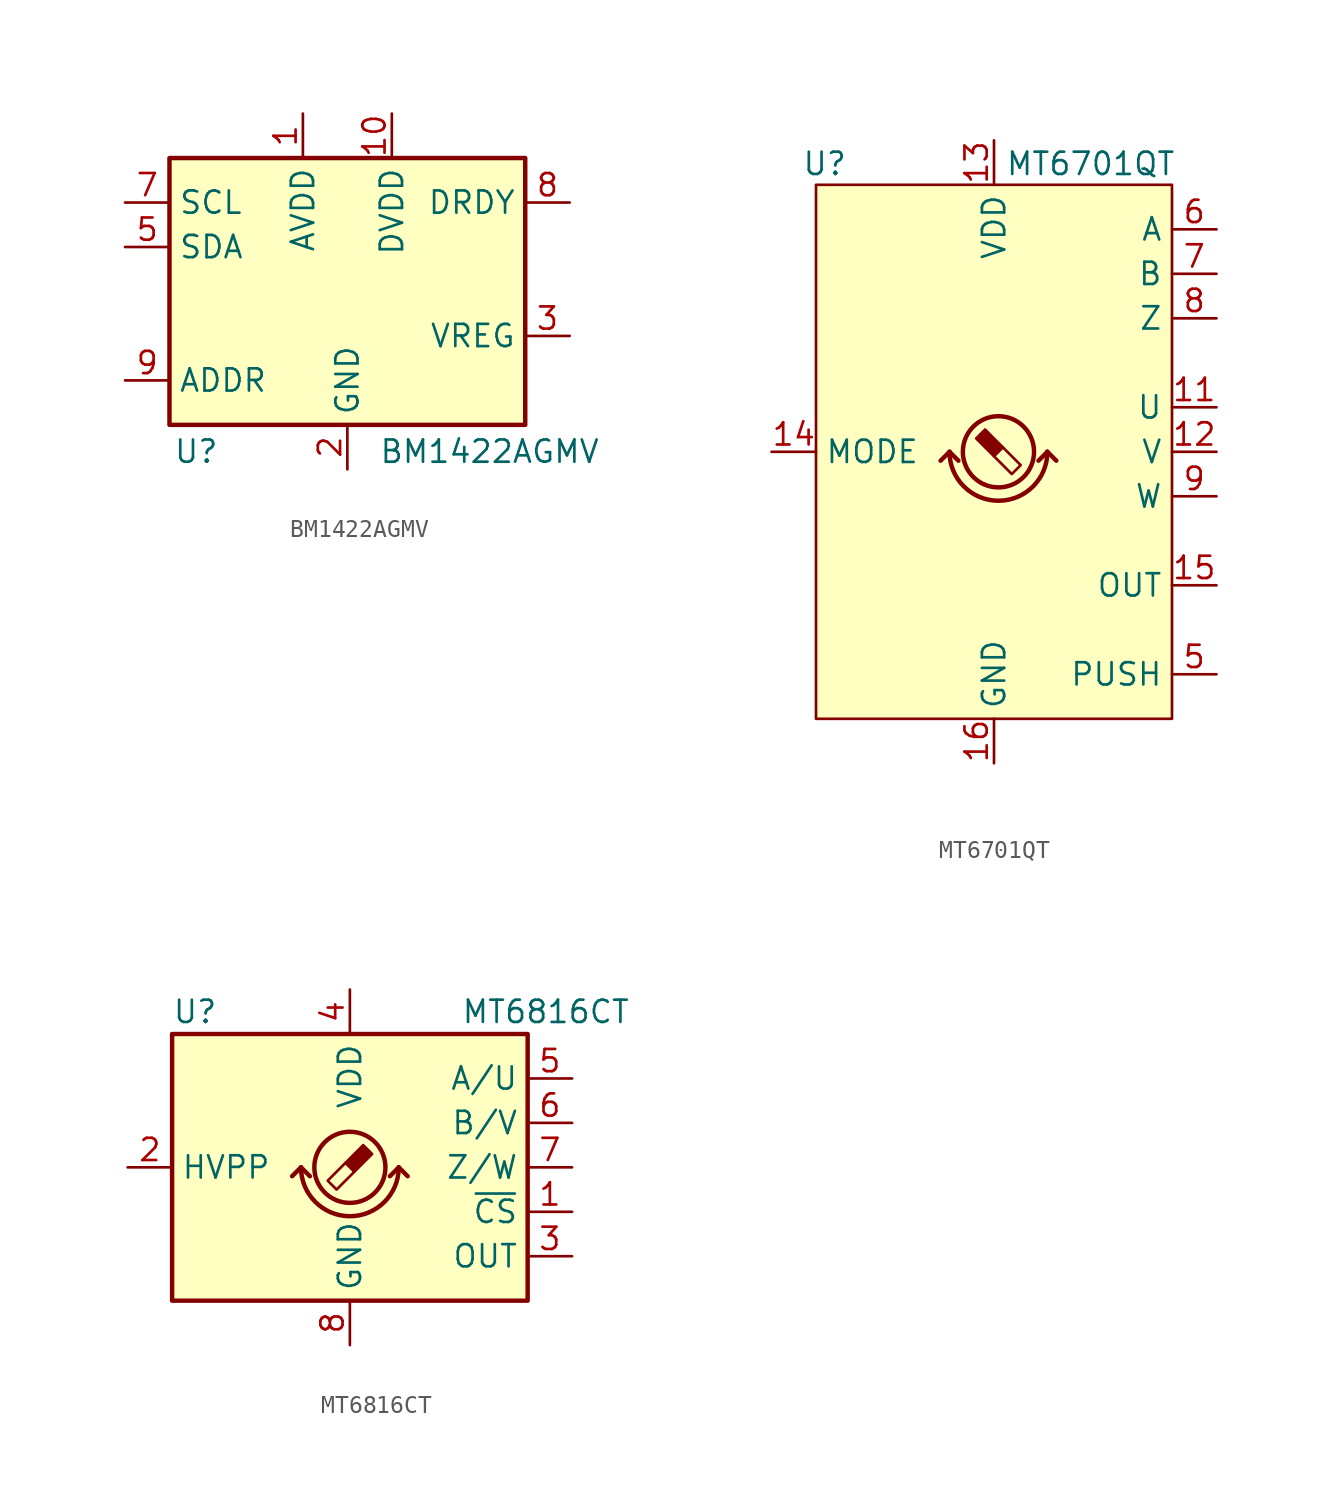
<source format=kicad_sym>
(kicad_symbol_lib
  (version 20231120)
  (generator "kicad_symbol_editor")
  (generator_version "8.0")
  (symbol "BM1422AGMV"
    (property "Reference" "U"
      (at -8.636 -9.144 0)
      (effects (font (size 1.27 1.27))))
    (property "Value" "BM1422AGMV"
      (at 8.128 -9.144 0)
      (effects (font (size 1.27 1.27))))
    (symbol "BM1422AGMV_0_1"
      (rectangle (start -10.16 7.62) (end 10.16 -7.62) (stroke (width 0.254) (type default)) (fill (type background))))
    (symbol "BM1422AGMV_1_1"
      (pin power_in line (at -2.54 10.16 270) (length 2.54) (name "AVDD" (effects (font (size 1.27 1.27)))) (number "1" (effects (font (size 1.27 1.27)))))
      (pin power_in line (at 2.54 10.16 270) (length 2.54) (name "DVDD" (effects (font (size 1.27 1.27)))) (number "10" (effects (font (size 1.27 1.27)))))
      (pin power_in line (at 0 -10.16 90) (length 2.54) (name "GND" (effects (font (size 1.27 1.27)))) (number "2" (effects (font (size 1.27 1.27)))))
      (pin passive line (at 12.7 -2.54 180) (length 2.54) (name "VREG" (effects (font (size 1.27 1.27)))) (number "3" (effects (font (size 1.27 1.27)))))
      (pin no_connect line (at 10.16 2.54 180) (length 2.54) hide (name "TEST1" (effects (font (size 1.27 1.27)))) (number "4" (effects (font (size 1.27 1.27)))))
      (pin bidirectional line (at -12.7 2.54 0) (length 2.54) (name "SDA" (effects (font (size 1.27 1.27)))) (number "5" (effects (font (size 1.27 1.27)))))
      (pin no_connect line (at 10.16 0 180) (length 2.54) hide (name "TEST2" (effects (font (size 1.27 1.27)))) (number "6" (effects (font (size 1.27 1.27)))))
      (pin input line (at -12.7 5.08 0) (length 2.54) (name "SCL" (effects (font (size 1.27 1.27)))) (number "7" (effects (font (size 1.27 1.27)))))
      (pin output line (at 12.7 5.08 180) (length 2.54) (name "DRDY" (effects (font (size 1.27 1.27)))) (number "8" (effects (font (size 1.27 1.27)))))
      (pin input line (at -12.7 -5.08 0) (length 2.54) (name "ADDR" (effects (font (size 1.27 1.27)))) (number "9" (effects (font (size 1.27 1.27)))))))
  (symbol "MT6701QT"
    (property "Reference" "U"
      (at -9.663 16.44 0)
      (effects (font (size 1.27 1.27))))
    (property "Value" "MT6701QT"
      (at 5.516 16.44 0)
      (effects (font (size 1.27 1.27))))
    (symbol "MT6701QT_0_1"
      (arc (start -2.54 0) (mid 0.254 -2.7819) (end 3.048 0) (stroke (width 0.254) (type default)) (fill (type none)))
      (polyline (pts (xy -2.54 0) (xy -3.048 -0.508)) (stroke (width 0.254) (type default)) (fill (type none)))
      (polyline (pts (xy -2.54 0) (xy -2.032 -0.508)) (stroke (width 0.254) (type default)) (fill (type none)))
      (polyline (pts (xy 3.048 0) (xy 2.54 -0.508)) (stroke (width 0.254) (type default)) (fill (type none)))
      (polyline (pts (xy 3.048 0) (xy 3.556 -0.508)) (stroke (width 0.254) (type default)) (fill (type none))))
    (symbol "MT6701QT_1_1"
      (rectangle (start -10.16 15.24) (end 10.16 -15.24) (stroke (width 0) (type default)) (fill (type background)))
      (polyline (pts (xy 0.508 0.254) (xy 1.524 -0.762) (xy 1.016 -1.27) (xy 0 -0.254)) (stroke (width 0) (type default)) (fill (type none)))
      (polyline (pts (xy -0.508 1.27) (xy 0.508 0.254) (xy 0 -0.254) (xy -1.016 0.762) (xy -0.762 1.016) (xy -0.508 1.27) (xy -0.381 1.143)) (stroke (width 0) (type default)) (fill (type outline)))
      (circle (center 0.254 0) (radius 2.032) (stroke (width 0.254) (type default)) (fill (type none)))
      (pin no_connect line (at -10.16 12.7 0) (length 2.54) hide (name "NC" (effects (font (size 1.27 1.27)))) (number "1" (effects (font (size 1.27 1.27)))))
      (pin no_connect line (at -10.16 2.54 0) (length 2.54) hide (name "NC" (effects (font (size 1.27 1.27)))) (number "10" (effects (font (size 1.27 1.27)))))
      (pin output line (at 12.7 2.54 180) (length 2.54) (name "U" (effects (font (size 1.27 1.27)))) (number "11" (effects (font (size 1.27 1.27)))) (alternate "-A" output line))
      (pin output line (at 12.7 0 180) (length 2.54) (name "V" (effects (font (size 1.27 1.27)))) (number "12" (effects (font (size 1.27 1.27)))) (alternate "-B" output line))
      (pin power_in line (at 0 17.78 270) (length 2.54) (name "VDD" (effects (font (size 1.27 1.27)))) (number "13" (effects (font (size 1.27 1.27)))))
      (pin input line (at -12.7 0 0) (length 2.54) (name "MODE" (effects (font (size 1.27 1.27)))) (number "14" (effects (font (size 1.27 1.27)))))
      (pin output line (at 12.7 -7.62 180) (length 2.54) (name "OUT" (effects (font (size 1.27 1.27)))) (number "15" (effects (font (size 1.27 1.27)))))
      (pin power_in line (at 0 -17.78 90) (length 2.54) (name "GND" (effects (font (size 1.27 1.27)))) (number "16" (effects (font (size 1.27 1.27)))))
      (pin passive line (at 0 -17.78 90) (length 2.54) hide (name "GND" (effects (font (size 1.27 1.27)))) (number "17" (effects (font (size 1.27 1.27)))))
      (pin no_connect line (at -10.16 10.16 0) (length 2.54) hide (name "NC" (effects (font (size 1.27 1.27)))) (number "2" (effects (font (size 1.27 1.27)))))
      (pin no_connect line (at -10.16 7.62 0) (length 2.54) hide (name "NC" (effects (font (size 1.27 1.27)))) (number "3" (effects (font (size 1.27 1.27)))))
      (pin no_connect line (at -10.16 5.08 0) (length 2.54) hide (name "NC" (effects (font (size 1.27 1.27)))) (number "4" (effects (font (size 1.27 1.27)))))
      (pin output line (at 12.7 -12.7 180) (length 2.54) (name "PUSH" (effects (font (size 1.27 1.27)))) (number "5" (effects (font (size 1.27 1.27)))))
      (pin output line (at 12.7 12.7 180) (length 2.54) (name "A" (effects (font (size 1.27 1.27)))) (number "6" (effects (font (size 1.27 1.27)))) (alternate "DO" output line) (alternate "SDA" bidirectional line))
      (pin output line (at 12.7 10.16 180) (length 2.54) (name "B" (effects (font (size 1.27 1.27)))) (number "7" (effects (font (size 1.27 1.27)))) (alternate "CLK" input line) (alternate "SCL" input line))
      (pin output line (at 12.7 7.62 180) (length 2.54) (name "Z" (effects (font (size 1.27 1.27)))) (number "8" (effects (font (size 1.27 1.27)))) (alternate "~{CS}" input line))
      (pin output line (at 12.7 -2.54 180) (length 2.54) (name "W" (effects (font (size 1.27 1.27)))) (number "9" (effects (font (size 1.27 1.27)))) (alternate "-Z" output line))))
  (symbol "MT6816CT"
    (property "Reference" "U"
      (at -10.16 8.89 0)
      (effects (font (size 1.27 1.27)) (justify left)))
    (property "Value" "MT6816CT"
      (at 6.35 8.89 0)
      (effects (font (size 1.27 1.27)) (justify left)))
    (symbol "MT6816CT_1_1"
      (rectangle (start -10.16 -7.62) (end 10.16 7.62) (stroke (width 0.254) (type default)) (fill (type background)))
      (arc (start -2.794 0) (mid 0 -2.7819) (end 2.794 0) (stroke (width 0.254) (type default)) (fill (type none)))
      (polyline (pts (xy -2.794 0) (xy -3.302 -0.508)) (stroke (width 0.254) (type default)) (fill (type none)))
      (polyline (pts (xy -2.794 0) (xy -2.286 -0.508)) (stroke (width 0.254) (type default)) (fill (type none)))
      (polyline (pts (xy 2.794 0) (xy 2.286 -0.508)) (stroke (width 0.254) (type default)) (fill (type none)))
      (polyline (pts (xy 2.794 0) (xy 3.302 -0.508)) (stroke (width 0.254) (type default)) (fill (type none)))
      (polyline (pts (xy -0.254 0.254) (xy -1.27 -0.762) (xy -0.762 -1.27) (xy 0.254 -0.254)) (stroke (width 0) (type default)) (fill (type none)))
      (polyline (pts (xy 0.762 1.27) (xy -0.254 0.254) (xy 0.254 -0.254) (xy 1.27 0.762) (xy 1.016 1.016) (xy 0.762 1.27) (xy 0.635 1.143)) (stroke (width 0) (type default)) (fill (type outline)))
      (circle (center 0 0) (radius 2.032) (stroke (width 0.254) (type default)) (fill (type none)))
      (pin input line (at 12.7 -2.54 180) (length 2.54) (name "~{CS}" (effects (font (size 1.27 1.27)))) (number "1" (effects (font (size 1.27 1.27)))))
      (pin input line (at -12.7 0 0) (length 2.54) (name "HVPP" (effects (font (size 1.27 1.27)))) (number "2" (effects (font (size 1.27 1.27)))) (alternate "SPI_ENA" input line))
      (pin output line (at 12.7 -5.08 180) (length 2.54) (name "OUT" (effects (font (size 1.27 1.27)))) (number "3" (effects (font (size 1.27 1.27)))))
      (pin power_in line (at 0 10.16 270) (length 2.54) (name "VDD" (effects (font (size 1.27 1.27)))) (number "4" (effects (font (size 1.27 1.27)))))
      (pin output line (at 12.7 5.08 180) (length 2.54) (name "A/U" (effects (font (size 1.27 1.27)))) (number "5" (effects (font (size 1.27 1.27)))) (alternate "MOSI" input line) (alternate "SDAT" bidirectional line))
      (pin output line (at 12.7 2.54 180) (length 2.54) (name "B/V" (effects (font (size 1.27 1.27)))) (number "6" (effects (font (size 1.27 1.27)))) (alternate "MISO" input line))
      (pin output line (at 12.7 0 180) (length 2.54) (name "Z/W" (effects (font (size 1.27 1.27)))) (number "7" (effects (font (size 1.27 1.27)))) (alternate "CLK" input line))
      (pin power_in line (at 0 -10.16 90) (length 2.54) (name "GND" (effects (font (size 1.27 1.27)))) (number "8" (effects (font (size 1.27 1.27))))))))
</source>
